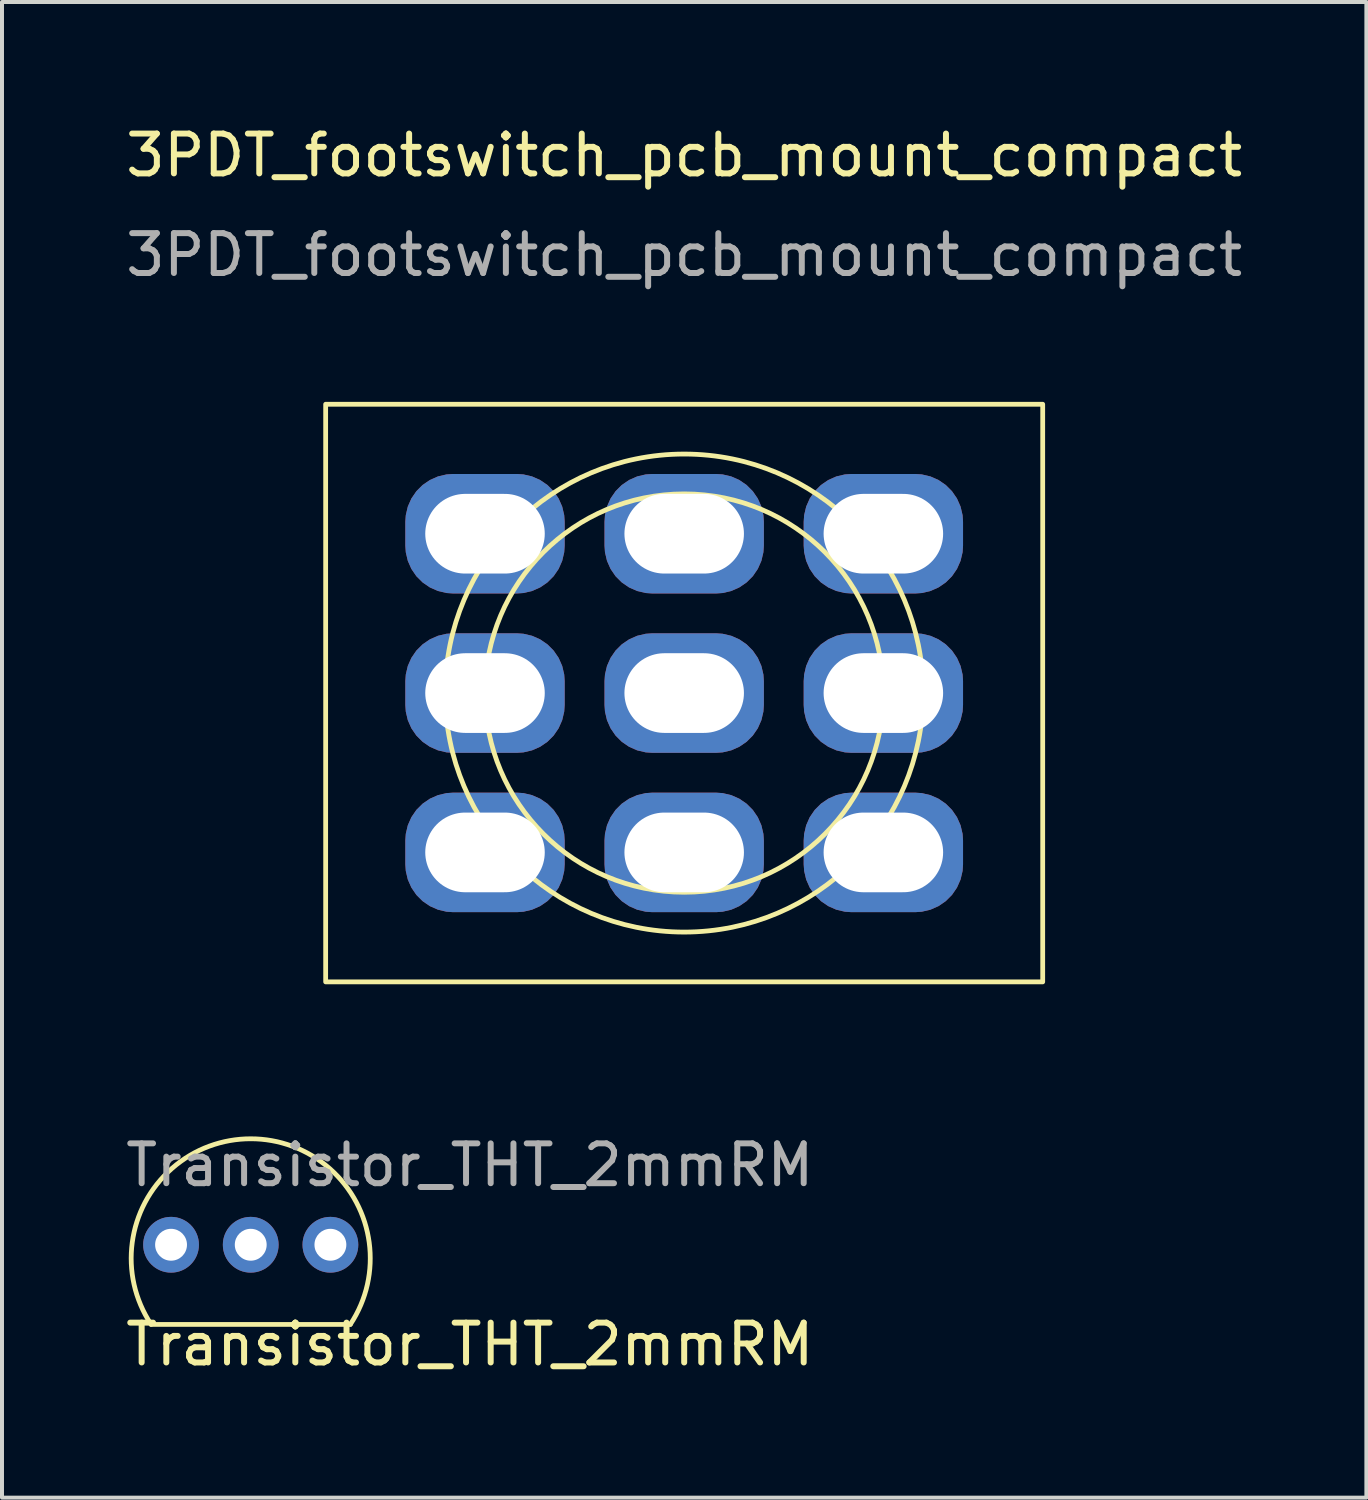
<source format=kicad_pcb>
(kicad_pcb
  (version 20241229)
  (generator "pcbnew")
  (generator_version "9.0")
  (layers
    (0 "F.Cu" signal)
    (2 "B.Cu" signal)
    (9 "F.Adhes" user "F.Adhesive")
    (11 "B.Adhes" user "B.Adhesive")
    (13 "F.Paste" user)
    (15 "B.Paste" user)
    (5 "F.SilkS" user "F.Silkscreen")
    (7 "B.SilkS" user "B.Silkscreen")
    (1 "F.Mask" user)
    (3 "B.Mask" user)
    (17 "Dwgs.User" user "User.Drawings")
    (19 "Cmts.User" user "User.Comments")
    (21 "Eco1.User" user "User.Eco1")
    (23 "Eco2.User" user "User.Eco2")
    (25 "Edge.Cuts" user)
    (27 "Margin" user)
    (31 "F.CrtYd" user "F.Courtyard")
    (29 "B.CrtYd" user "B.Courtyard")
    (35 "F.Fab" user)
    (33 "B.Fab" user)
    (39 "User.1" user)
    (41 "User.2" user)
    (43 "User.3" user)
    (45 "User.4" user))
  (footprint "3PDT_footswitch_pcb_mount_compact"
    (layer "F.Cu")
    (at 14.125 14.348)
    (property "Reference" "3PDT_footswitch_pcb_mount_compact" (at 0 -13.5 0) (unlocked yes) (layer "F.SilkS") (effects (font (size 1 1) (thickness 0.15))))
    (attr smd)
    (fp_rect (start -9 -7.25) (end 9 7.25) (stroke (width 0.12) (type solid)) (fill no) (layer "F.SilkS"))
    (fp_circle (center 0 0) (end 0 -6) (stroke (width 0.12) (type solid)) (fill no) (layer "F.SilkS"))
    (fp_circle (center 0 0) (end 0 -5) (stroke (width 0.12) (type solid)) (fill no) (layer "F.SilkS"))
    (fp_text user "${REFERENCE}" (at 0 -11 0) (unlocked yes) (layer "F.Fab") (effects (font (size 1 1) (thickness 0.15))))
    (pad "1" thru_hole roundrect (at -5 -4) (size 4 3) (drill oval 3 2) (layers "*.Cu" "*.Mask") (roundrect_rratio 0.4))
    (pad "2" thru_hole roundrect (at -5 0) (size 4 3) (drill oval 3 2) (layers "*.Cu" "*.Mask") (roundrect_rratio 0.4))
    (pad "3" thru_hole roundrect (at -5 4) (size 4 3) (drill oval 3 2) (layers "*.Cu" "*.Mask") (roundrect_rratio 0.4))
    (pad "4" thru_hole roundrect (at 0 -4) (size 4 3) (drill oval 3 2) (layers "*.Cu" "*.Mask") (roundrect_rratio 0.4))
    (pad "5" thru_hole roundrect (at 0 0) (size 4 3) (drill oval 3 2) (layers "*.Cu" "*.Mask") (roundrect_rratio 0.4))
    (pad "6" thru_hole roundrect (at 0 4) (size 4 3) (drill oval 3 2) (layers "*.Cu" "*.Mask") (roundrect_rratio 0.4))
    (pad "7" thru_hole roundrect (at 5 -4) (size 4 3) (drill oval 3 2) (layers "*.Cu" "*.Mask") (roundrect_rratio 0.4))
    (pad "8" thru_hole roundrect (at 5 0) (size 4 3) (drill oval 3 2) (layers "*.Cu" "*.Mask") (roundrect_rratio 0.4))
    (pad "9" thru_hole roundrect (at 5 4) (size 4 3) (drill oval 3 2) (layers "*.Cu" "*.Mask") (roundrect_rratio 0.4))
    (zone (net_name "") (layer "B.Cu") (hatch edge 0.508) (connect_pads) (min_thickness 0.254) (filled_areas_thickness no) (keepout (tracks allowed) (vias not_allowed) (pads allowed) (copperpour allowed) (footprints allowed)) (placement (enabled no)) (fill) (polygon (pts (xy 24.125 22.348) (xy 4.125 22.348) (xy 4.125 6.348) (xy 24.125 6.348)))))
  (footprint "Transistor_THT_2mmRM"
    (layer "F.Cu")
    (at 3.244 28.197)
    (property "Reference" "Transistor_THT_2mmRM" (at 5.5 2.5 0) (unlocked yes) (layer "F.SilkS") (effects (font (size 1 1) (thickness 0.15))))
    (attr through_hole)
    (fp_line (start -2.5 2) (end 2.5 2) (stroke (width 0.12) (type solid)) (layer "F.SilkS"))
    (fp_arc (start -2.5 2) (mid 0 -2.660411) (end 2.5 2) (stroke (width 0.12) (type solid)) (layer "F.SilkS"))
    (fp_text user "${REFERENCE}" (at 5.5 -2 0) (unlocked yes) (layer "F.Fab") (effects (font (size 1 1) (thickness 0.15))))
    (pad "1" thru_hole circle (at -2 0) (size 1.4 1.4) (drill 0.8) (layers "*.Cu" "*.Mask"))
    (pad "2" thru_hole circle (at 0 0) (size 1.4 1.4) (drill 0.8) (layers "*.Cu" "*.Mask"))
    (pad "3" thru_hole circle (at 2 0) (size 1.4 1.4) (drill 0.8) (layers "*.Cu" "*.Mask")))
  (gr_rect
    (start -3 -3)
    (end 31.25 34.545)
    (stroke (width 0.1) (type default))
    (fill no)
    (layer "Edge.Cuts")))
</source>
